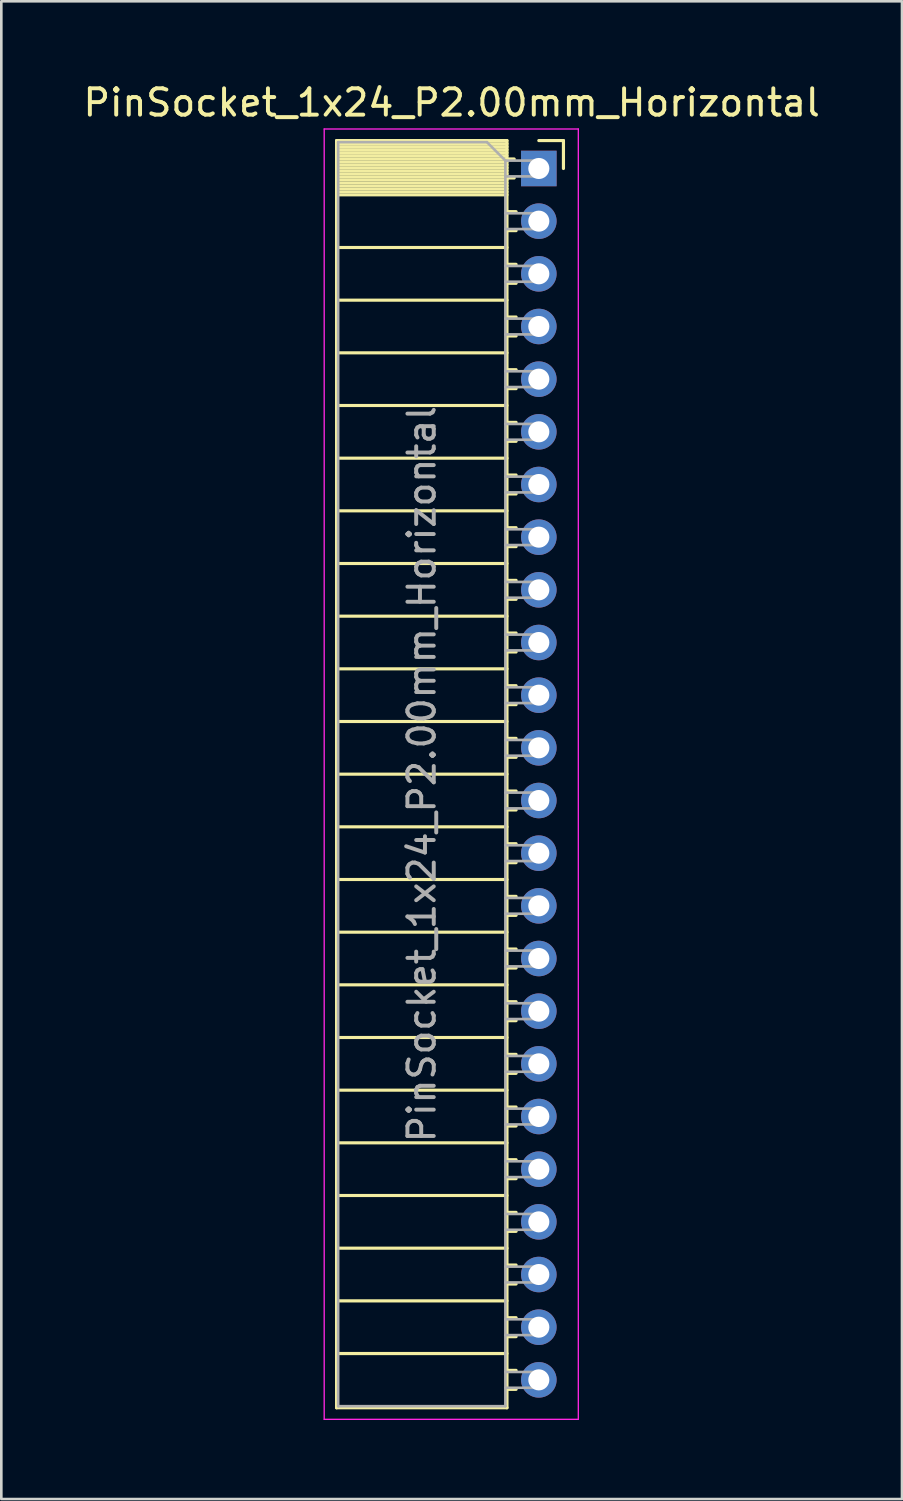
<source format=kicad_pcb>
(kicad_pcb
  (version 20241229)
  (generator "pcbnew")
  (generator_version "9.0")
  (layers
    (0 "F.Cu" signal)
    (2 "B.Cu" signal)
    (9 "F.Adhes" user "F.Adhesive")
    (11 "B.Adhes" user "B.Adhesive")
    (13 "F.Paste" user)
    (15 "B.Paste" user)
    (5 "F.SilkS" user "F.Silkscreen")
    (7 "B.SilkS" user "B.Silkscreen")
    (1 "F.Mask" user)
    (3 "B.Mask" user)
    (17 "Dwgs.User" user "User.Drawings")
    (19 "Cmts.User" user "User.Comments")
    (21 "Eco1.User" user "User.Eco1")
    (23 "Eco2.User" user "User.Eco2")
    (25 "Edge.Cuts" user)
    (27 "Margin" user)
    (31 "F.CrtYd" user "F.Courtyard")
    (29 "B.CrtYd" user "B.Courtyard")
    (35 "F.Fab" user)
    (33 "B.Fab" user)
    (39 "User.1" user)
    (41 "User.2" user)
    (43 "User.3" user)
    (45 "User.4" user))
  (footprint "PinSocket_1x24_P2.00mm_Horizontal"
    (layer "F.Cu")
    (at 17.411 3.348)
    (property "Reference" "PinSocket_1x24_P2.00mm_Horizontal" (at -3.31 -2.5 0) (layer "F.SilkS") (effects (font (size 1 1) (thickness 0.15))))
    (attr through_hole)
    (fp_line (start -7.68 -1.06) (end -7.68 47.06) (stroke (width 0.12) (type solid)) (layer "F.SilkS"))
    (fp_line (start -7.68 -1.06) (end -1.21 -1.06) (stroke (width 0.12) (type solid)) (layer "F.SilkS"))
    (fp_line (start -7.68 -0.94) (end -1.21 -0.94) (stroke (width 0.12) (type solid)) (layer "F.SilkS"))
    (fp_line (start -7.68 -0.826) (end -1.21 -0.826) (stroke (width 0.12) (type solid)) (layer "F.SilkS"))
    (fp_line (start -7.68 -0.712) (end -1.21 -0.712) (stroke (width 0.12) (type solid)) (layer "F.SilkS"))
    (fp_line (start -7.68 -0.598) (end -1.21 -0.598) (stroke (width 0.12) (type solid)) (layer "F.SilkS"))
    (fp_line (start -7.68 -0.484) (end -1.21 -0.484) (stroke (width 0.12) (type solid)) (layer "F.SilkS"))
    (fp_line (start -7.68 -0.369) (end -1.21 -0.369) (stroke (width 0.12) (type solid)) (layer "F.SilkS"))
    (fp_line (start -7.68 -0.255) (end -1.21 -0.255) (stroke (width 0.12) (type solid)) (layer "F.SilkS"))
    (fp_line (start -7.68 -0.141) (end -1.21 -0.141) (stroke (width 0.12) (type solid)) (layer "F.SilkS"))
    (fp_line (start -7.68 -0.027) (end -1.21 -0.027) (stroke (width 0.12) (type solid)) (layer "F.SilkS"))
    (fp_line (start -7.68 0.087) (end -1.21 0.087) (stroke (width 0.12) (type solid)) (layer "F.SilkS"))
    (fp_line (start -7.68 0.201) (end -1.21 0.201) (stroke (width 0.12) (type solid)) (layer "F.SilkS"))
    (fp_line (start -7.68 0.315) (end -1.21 0.315) (stroke (width 0.12) (type solid)) (layer "F.SilkS"))
    (fp_line (start -7.68 0.429) (end -1.21 0.429) (stroke (width 0.12) (type solid)) (layer "F.SilkS"))
    (fp_line (start -7.68 0.544) (end -1.21 0.544) (stroke (width 0.12) (type solid)) (layer "F.SilkS"))
    (fp_line (start -7.68 0.658) (end -1.21 0.658) (stroke (width 0.12) (type solid)) (layer "F.SilkS"))
    (fp_line (start -7.68 0.772) (end -1.21 0.772) (stroke (width 0.12) (type solid)) (layer "F.SilkS"))
    (fp_line (start -7.68 0.886) (end -1.21 0.886) (stroke (width 0.12) (type solid)) (layer "F.SilkS"))
    (fp_line (start -7.68 1) (end -1.21 1) (stroke (width 0.12) (type solid)) (layer "F.SilkS"))
    (fp_line (start -7.68 3) (end -1.21 3) (stroke (width 0.12) (type solid)) (layer "F.SilkS"))
    (fp_line (start -7.68 5) (end -1.21 5) (stroke (width 0.12) (type solid)) (layer "F.SilkS"))
    (fp_line (start -7.68 7) (end -1.21 7) (stroke (width 0.12) (type solid)) (layer "F.SilkS"))
    (fp_line (start -7.68 9) (end -1.21 9) (stroke (width 0.12) (type solid)) (layer "F.SilkS"))
    (fp_line (start -7.68 11) (end -1.21 11) (stroke (width 0.12) (type solid)) (layer "F.SilkS"))
    (fp_line (start -7.68 13) (end -1.21 13) (stroke (width 0.12) (type solid)) (layer "F.SilkS"))
    (fp_line (start -7.68 15) (end -1.21 15) (stroke (width 0.12) (type solid)) (layer "F.SilkS"))
    (fp_line (start -7.68 17) (end -1.21 17) (stroke (width 0.12) (type solid)) (layer "F.SilkS"))
    (fp_line (start -7.68 19) (end -1.21 19) (stroke (width 0.12) (type solid)) (layer "F.SilkS"))
    (fp_line (start -7.68 21) (end -1.21 21) (stroke (width 0.12) (type solid)) (layer "F.SilkS"))
    (fp_line (start -7.68 23) (end -1.21 23) (stroke (width 0.12) (type solid)) (layer "F.SilkS"))
    (fp_line (start -7.68 25) (end -1.21 25) (stroke (width 0.12) (type solid)) (layer "F.SilkS"))
    (fp_line (start -7.68 27) (end -1.21 27) (stroke (width 0.12) (type solid)) (layer "F.SilkS"))
    (fp_line (start -7.68 29) (end -1.21 29) (stroke (width 0.12) (type solid)) (layer "F.SilkS"))
    (fp_line (start -7.68 31) (end -1.21 31) (stroke (width 0.12) (type solid)) (layer "F.SilkS"))
    (fp_line (start -7.68 33) (end -1.21 33) (stroke (width 0.12) (type solid)) (layer "F.SilkS"))
    (fp_line (start -7.68 35) (end -1.21 35) (stroke (width 0.12) (type solid)) (layer "F.SilkS"))
    (fp_line (start -7.68 37) (end -1.21 37) (stroke (width 0.12) (type solid)) (layer "F.SilkS"))
    (fp_line (start -7.68 39) (end -1.21 39) (stroke (width 0.12) (type solid)) (layer "F.SilkS"))
    (fp_line (start -7.68 41) (end -1.21 41) (stroke (width 0.12) (type solid)) (layer "F.SilkS"))
    (fp_line (start -7.68 43) (end -1.21 43) (stroke (width 0.12) (type solid)) (layer "F.SilkS"))
    (fp_line (start -7.68 45) (end -1.21 45) (stroke (width 0.12) (type solid)) (layer "F.SilkS"))
    (fp_line (start -7.68 47.06) (end -1.21 47.06) (stroke (width 0.12) (type solid)) (layer "F.SilkS"))
    (fp_line (start -1.21 -1.06) (end -1.21 47.06) (stroke (width 0.12) (type solid)) (layer "F.SilkS"))
    (fp_line (start -1.21 -0.36) (end -0.935 -0.36) (stroke (width 0.12) (type solid)) (layer "F.SilkS"))
    (fp_line (start -1.21 0.36) (end -0.935 0.36) (stroke (width 0.12) (type solid)) (layer "F.SilkS"))
    (fp_line (start -1.21 1.64) (end -0.863 1.64) (stroke (width 0.12) (type solid)) (layer "F.SilkS"))
    (fp_line (start -1.21 2.36) (end -0.863 2.36) (stroke (width 0.12) (type solid)) (layer "F.SilkS"))
    (fp_line (start -1.21 3.64) (end -0.863 3.64) (stroke (width 0.12) (type solid)) (layer "F.SilkS"))
    (fp_line (start -1.21 4.36) (end -0.863 4.36) (stroke (width 0.12) (type solid)) (layer "F.SilkS"))
    (fp_line (start -1.21 5.64) (end -0.863 5.64) (stroke (width 0.12) (type solid)) (layer "F.SilkS"))
    (fp_line (start -1.21 6.36) (end -0.863 6.36) (stroke (width 0.12) (type solid)) (layer "F.SilkS"))
    (fp_line (start -1.21 7.64) (end -0.863 7.64) (stroke (width 0.12) (type solid)) (layer "F.SilkS"))
    (fp_line (start -1.21 8.36) (end -0.863 8.36) (stroke (width 0.12) (type solid)) (layer "F.SilkS"))
    (fp_line (start -1.21 9.64) (end -0.863 9.64) (stroke (width 0.12) (type solid)) (layer "F.SilkS"))
    (fp_line (start -1.21 10.36) (end -0.863 10.36) (stroke (width 0.12) (type solid)) (layer "F.SilkS"))
    (fp_line (start -1.21 11.64) (end -0.863 11.64) (stroke (width 0.12) (type solid)) (layer "F.SilkS"))
    (fp_line (start -1.21 12.36) (end -0.863 12.36) (stroke (width 0.12) (type solid)) (layer "F.SilkS"))
    (fp_line (start -1.21 13.64) (end -0.863 13.64) (stroke (width 0.12) (type solid)) (layer "F.SilkS"))
    (fp_line (start -1.21 14.36) (end -0.863 14.36) (stroke (width 0.12) (type solid)) (layer "F.SilkS"))
    (fp_line (start -1.21 15.64) (end -0.863 15.64) (stroke (width 0.12) (type solid)) (layer "F.SilkS"))
    (fp_line (start -1.21 16.36) (end -0.863 16.36) (stroke (width 0.12) (type solid)) (layer "F.SilkS"))
    (fp_line (start -1.21 17.64) (end -0.863 17.64) (stroke (width 0.12) (type solid)) (layer "F.SilkS"))
    (fp_line (start -1.21 18.36) (end -0.863 18.36) (stroke (width 0.12) (type solid)) (layer "F.SilkS"))
    (fp_line (start -1.21 19.64) (end -0.863 19.64) (stroke (width 0.12) (type solid)) (layer "F.SilkS"))
    (fp_line (start -1.21 20.36) (end -0.863 20.36) (stroke (width 0.12) (type solid)) (layer "F.SilkS"))
    (fp_line (start -1.21 21.64) (end -0.863 21.64) (stroke (width 0.12) (type solid)) (layer "F.SilkS"))
    (fp_line (start -1.21 22.36) (end -0.863 22.36) (stroke (width 0.12) (type solid)) (layer "F.SilkS"))
    (fp_line (start -1.21 23.64) (end -0.863 23.64) (stroke (width 0.12) (type solid)) (layer "F.SilkS"))
    (fp_line (start -1.21 24.36) (end -0.863 24.36) (stroke (width 0.12) (type solid)) (layer "F.SilkS"))
    (fp_line (start -1.21 25.64) (end -0.863 25.64) (stroke (width 0.12) (type solid)) (layer "F.SilkS"))
    (fp_line (start -1.21 26.36) (end -0.863 26.36) (stroke (width 0.12) (type solid)) (layer "F.SilkS"))
    (fp_line (start -1.21 27.64) (end -0.863 27.64) (stroke (width 0.12) (type solid)) (layer "F.SilkS"))
    (fp_line (start -1.21 28.36) (end -0.863 28.36) (stroke (width 0.12) (type solid)) (layer "F.SilkS"))
    (fp_line (start -1.21 29.64) (end -0.863 29.64) (stroke (width 0.12) (type solid)) (layer "F.SilkS"))
    (fp_line (start -1.21 30.36) (end -0.863 30.36) (stroke (width 0.12) (type solid)) (layer "F.SilkS"))
    (fp_line (start -1.21 31.64) (end -0.863 31.64) (stroke (width 0.12) (type solid)) (layer "F.SilkS"))
    (fp_line (start -1.21 32.36) (end -0.863 32.36) (stroke (width 0.12) (type solid)) (layer "F.SilkS"))
    (fp_line (start -1.21 33.64) (end -0.863 33.64) (stroke (width 0.12) (type solid)) (layer "F.SilkS"))
    (fp_line (start -1.21 34.36) (end -0.863 34.36) (stroke (width 0.12) (type solid)) (layer "F.SilkS"))
    (fp_line (start -1.21 35.64) (end -0.863 35.64) (stroke (width 0.12) (type solid)) (layer "F.SilkS"))
    (fp_line (start -1.21 36.36) (end -0.863 36.36) (stroke (width 0.12) (type solid)) (layer "F.SilkS"))
    (fp_line (start -1.21 37.64) (end -0.863 37.64) (stroke (width 0.12) (type solid)) (layer "F.SilkS"))
    (fp_line (start -1.21 38.36) (end -0.863 38.36) (stroke (width 0.12) (type solid)) (layer "F.SilkS"))
    (fp_line (start -1.21 39.64) (end -0.863 39.64) (stroke (width 0.12) (type solid)) (layer "F.SilkS"))
    (fp_line (start -1.21 40.36) (end -0.863 40.36) (stroke (width 0.12) (type solid)) (layer "F.SilkS"))
    (fp_line (start -1.21 41.64) (end -0.863 41.64) (stroke (width 0.12) (type solid)) (layer "F.SilkS"))
    (fp_line (start -1.21 42.36) (end -0.863 42.36) (stroke (width 0.12) (type solid)) (layer "F.SilkS"))
    (fp_line (start -1.21 43.64) (end -0.863 43.64) (stroke (width 0.12) (type solid)) (layer "F.SilkS"))
    (fp_line (start -1.21 44.36) (end -0.863 44.36) (stroke (width 0.12) (type solid)) (layer "F.SilkS"))
    (fp_line (start -1.21 45.64) (end -0.863 45.64) (stroke (width 0.12) (type solid)) (layer "F.SilkS"))
    (fp_line (start -1.21 46.36) (end -0.863 46.36) (stroke (width 0.12) (type solid)) (layer "F.SilkS"))
    (fp_line (start 0 -1.06) (end 0.935 -1.06) (stroke (width 0.12) (type solid)) (layer "F.SilkS"))
    (fp_line (start 0.935 -1.06) (end 0.935 0) (stroke (width 0.12) (type solid)) (layer "F.SilkS"))
    (fp_line (start -8.15 -1.5) (end -8.15 47.5) (stroke (width 0.05) (type solid)) (layer "F.CrtYd"))
    (fp_line (start -8.15 47.5) (end 1.5 47.5) (stroke (width 0.05) (type solid)) (layer "F.CrtYd"))
    (fp_line (start 1.5 -1.5) (end -8.15 -1.5) (stroke (width 0.05) (type solid)) (layer "F.CrtYd"))
    (fp_line (start 1.5 47.5) (end 1.5 -1.5) (stroke (width 0.05) (type solid)) (layer "F.CrtYd"))
    (fp_line (start -7.62 -1) (end -1.97 -1) (stroke (width 0.1) (type solid)) (layer "F.Fab"))
    (fp_line (start -7.62 47) (end -7.62 -1) (stroke (width 0.1) (type solid)) (layer "F.Fab"))
    (fp_line (start -1.97 -1) (end -1.27 -0.3) (stroke (width 0.1) (type solid)) (layer "F.Fab"))
    (fp_line (start -1.27 -0.3) (end -1.27 47) (stroke (width 0.1) (type solid)) (layer "F.Fab"))
    (fp_line (start -1.27 0.3) (end 0 0.3) (stroke (width 0.1) (type solid)) (layer "F.Fab"))
    (fp_line (start -1.27 2.3) (end 0 2.3) (stroke (width 0.1) (type solid)) (layer "F.Fab"))
    (fp_line (start -1.27 4.3) (end 0 4.3) (stroke (width 0.1) (type solid)) (layer "F.Fab"))
    (fp_line (start -1.27 6.3) (end 0 6.3) (stroke (width 0.1) (type solid)) (layer "F.Fab"))
    (fp_line (start -1.27 8.3) (end 0 8.3) (stroke (width 0.1) (type solid)) (layer "F.Fab"))
    (fp_line (start -1.27 10.3) (end 0 10.3) (stroke (width 0.1) (type solid)) (layer "F.Fab"))
    (fp_line (start -1.27 12.3) (end 0 12.3) (stroke (width 0.1) (type solid)) (layer "F.Fab"))
    (fp_line (start -1.27 14.3) (end 0 14.3) (stroke (width 0.1) (type solid)) (layer "F.Fab"))
    (fp_line (start -1.27 16.3) (end 0 16.3) (stroke (width 0.1) (type solid)) (layer "F.Fab"))
    (fp_line (start -1.27 18.3) (end 0 18.3) (stroke (width 0.1) (type solid)) (layer "F.Fab"))
    (fp_line (start -1.27 20.3) (end 0 20.3) (stroke (width 0.1) (type solid)) (layer "F.Fab"))
    (fp_line (start -1.27 22.3) (end 0 22.3) (stroke (width 0.1) (type solid)) (layer "F.Fab"))
    (fp_line (start -1.27 24.3) (end 0 24.3) (stroke (width 0.1) (type solid)) (layer "F.Fab"))
    (fp_line (start -1.27 26.3) (end 0 26.3) (stroke (width 0.1) (type solid)) (layer "F.Fab"))
    (fp_line (start -1.27 28.3) (end 0 28.3) (stroke (width 0.1) (type solid)) (layer "F.Fab"))
    (fp_line (start -1.27 30.3) (end 0 30.3) (stroke (width 0.1) (type solid)) (layer "F.Fab"))
    (fp_line (start -1.27 32.3) (end 0 32.3) (stroke (width 0.1) (type solid)) (layer "F.Fab"))
    (fp_line (start -1.27 34.3) (end 0 34.3) (stroke (width 0.1) (type solid)) (layer "F.Fab"))
    (fp_line (start -1.27 36.3) (end 0 36.3) (stroke (width 0.1) (type solid)) (layer "F.Fab"))
    (fp_line (start -1.27 38.3) (end 0 38.3) (stroke (width 0.1) (type solid)) (layer "F.Fab"))
    (fp_line (start -1.27 40.3) (end 0 40.3) (stroke (width 0.1) (type solid)) (layer "F.Fab"))
    (fp_line (start -1.27 42.3) (end 0 42.3) (stroke (width 0.1) (type solid)) (layer "F.Fab"))
    (fp_line (start -1.27 44.3) (end 0 44.3) (stroke (width 0.1) (type solid)) (layer "F.Fab"))
    (fp_line (start -1.27 46.3) (end 0 46.3) (stroke (width 0.1) (type solid)) (layer "F.Fab"))
    (fp_line (start -1.27 47) (end -7.62 47) (stroke (width 0.1) (type solid)) (layer "F.Fab"))
    (fp_line (start 0 -0.3) (end -1.27 -0.3) (stroke (width 0.1) (type solid)) (layer "F.Fab"))
    (fp_line (start 0 0.3) (end 0 -0.3) (stroke (width 0.1) (type solid)) (layer "F.Fab"))
    (fp_line (start 0 1.7) (end -1.27 1.7) (stroke (width 0.1) (type solid)) (layer "F.Fab"))
    (fp_line (start 0 2.3) (end 0 1.7) (stroke (width 0.1) (type solid)) (layer "F.Fab"))
    (fp_line (start 0 3.7) (end -1.27 3.7) (stroke (width 0.1) (type solid)) (layer "F.Fab"))
    (fp_line (start 0 4.3) (end 0 3.7) (stroke (width 0.1) (type solid)) (layer "F.Fab"))
    (fp_line (start 0 5.7) (end -1.27 5.7) (stroke (width 0.1) (type solid)) (layer "F.Fab"))
    (fp_line (start 0 6.3) (end 0 5.7) (stroke (width 0.1) (type solid)) (layer "F.Fab"))
    (fp_line (start 0 7.7) (end -1.27 7.7) (stroke (width 0.1) (type solid)) (layer "F.Fab"))
    (fp_line (start 0 8.3) (end 0 7.7) (stroke (width 0.1) (type solid)) (layer "F.Fab"))
    (fp_line (start 0 9.7) (end -1.27 9.7) (stroke (width 0.1) (type solid)) (layer "F.Fab"))
    (fp_line (start 0 10.3) (end 0 9.7) (stroke (width 0.1) (type solid)) (layer "F.Fab"))
    (fp_line (start 0 11.7) (end -1.27 11.7) (stroke (width 0.1) (type solid)) (layer "F.Fab"))
    (fp_line (start 0 12.3) (end 0 11.7) (stroke (width 0.1) (type solid)) (layer "F.Fab"))
    (fp_line (start 0 13.7) (end -1.27 13.7) (stroke (width 0.1) (type solid)) (layer "F.Fab"))
    (fp_line (start 0 14.3) (end 0 13.7) (stroke (width 0.1) (type solid)) (layer "F.Fab"))
    (fp_line (start 0 15.7) (end -1.27 15.7) (stroke (width 0.1) (type solid)) (layer "F.Fab"))
    (fp_line (start 0 16.3) (end 0 15.7) (stroke (width 0.1) (type solid)) (layer "F.Fab"))
    (fp_line (start 0 17.7) (end -1.27 17.7) (stroke (width 0.1) (type solid)) (layer "F.Fab"))
    (fp_line (start 0 18.3) (end 0 17.7) (stroke (width 0.1) (type solid)) (layer "F.Fab"))
    (fp_line (start 0 19.7) (end -1.27 19.7) (stroke (width 0.1) (type solid)) (layer "F.Fab"))
    (fp_line (start 0 20.3) (end 0 19.7) (stroke (width 0.1) (type solid)) (layer "F.Fab"))
    (fp_line (start 0 21.7) (end -1.27 21.7) (stroke (width 0.1) (type solid)) (layer "F.Fab"))
    (fp_line (start 0 22.3) (end 0 21.7) (stroke (width 0.1) (type solid)) (layer "F.Fab"))
    (fp_line (start 0 23.7) (end -1.27 23.7) (stroke (width 0.1) (type solid)) (layer "F.Fab"))
    (fp_line (start 0 24.3) (end 0 23.7) (stroke (width 0.1) (type solid)) (layer "F.Fab"))
    (fp_line (start 0 25.7) (end -1.27 25.7) (stroke (width 0.1) (type solid)) (layer "F.Fab"))
    (fp_line (start 0 26.3) (end 0 25.7) (stroke (width 0.1) (type solid)) (layer "F.Fab"))
    (fp_line (start 0 27.7) (end -1.27 27.7) (stroke (width 0.1) (type solid)) (layer "F.Fab"))
    (fp_line (start 0 28.3) (end 0 27.7) (stroke (width 0.1) (type solid)) (layer "F.Fab"))
    (fp_line (start 0 29.7) (end -1.27 29.7) (stroke (width 0.1) (type solid)) (layer "F.Fab"))
    (fp_line (start 0 30.3) (end 0 29.7) (stroke (width 0.1) (type solid)) (layer "F.Fab"))
    (fp_line (start 0 31.7) (end -1.27 31.7) (stroke (width 0.1) (type solid)) (layer "F.Fab"))
    (fp_line (start 0 32.3) (end 0 31.7) (stroke (width 0.1) (type solid)) (layer "F.Fab"))
    (fp_line (start 0 33.7) (end -1.27 33.7) (stroke (width 0.1) (type solid)) (layer "F.Fab"))
    (fp_line (start 0 34.3) (end 0 33.7) (stroke (width 0.1) (type solid)) (layer "F.Fab"))
    (fp_line (start 0 35.7) (end -1.27 35.7) (stroke (width 0.1) (type solid)) (layer "F.Fab"))
    (fp_line (start 0 36.3) (end 0 35.7) (stroke (width 0.1) (type solid)) (layer "F.Fab"))
    (fp_line (start 0 37.7) (end -1.27 37.7) (stroke (width 0.1) (type solid)) (layer "F.Fab"))
    (fp_line (start 0 38.3) (end 0 37.7) (stroke (width 0.1) (type solid)) (layer "F.Fab"))
    (fp_line (start 0 39.7) (end -1.27 39.7) (stroke (width 0.1) (type solid)) (layer "F.Fab"))
    (fp_line (start 0 40.3) (end 0 39.7) (stroke (width 0.1) (type solid)) (layer "F.Fab"))
    (fp_line (start 0 41.7) (end -1.27 41.7) (stroke (width 0.1) (type solid)) (layer "F.Fab"))
    (fp_line (start 0 42.3) (end 0 41.7) (stroke (width 0.1) (type solid)) (layer "F.Fab"))
    (fp_line (start 0 43.7) (end -1.27 43.7) (stroke (width 0.1) (type solid)) (layer "F.Fab"))
    (fp_line (start 0 44.3) (end 0 43.7) (stroke (width 0.1) (type solid)) (layer "F.Fab"))
    (fp_line (start 0 45.7) (end -1.27 45.7) (stroke (width 0.1) (type solid)) (layer "F.Fab"))
    (fp_line (start 0 46.3) (end 0 45.7) (stroke (width 0.1) (type solid)) (layer "F.Fab"))
    (fp_text user "${REFERENCE}" (at -4.445 23 90) (layer "F.Fab") (effects (font (size 1 1) (thickness 0.15))))
    (pad "1" thru_hole rect (at 0 0) (size 1.35 1.35) (drill 0.8) (layers "*.Cu" "*.Mask"))
    (pad "2" thru_hole oval (at 0 2) (size 1.35 1.35) (drill 0.8) (layers "*.Cu" "*.Mask"))
    (pad "3" thru_hole oval (at 0 4) (size 1.35 1.35) (drill 0.8) (layers "*.Cu" "*.Mask"))
    (pad "4" thru_hole oval (at 0 6) (size 1.35 1.35) (drill 0.8) (layers "*.Cu" "*.Mask"))
    (pad "5" thru_hole oval (at 0 8) (size 1.35 1.35) (drill 0.8) (layers "*.Cu" "*.Mask"))
    (pad "6" thru_hole oval (at 0 10) (size 1.35 1.35) (drill 0.8) (layers "*.Cu" "*.Mask"))
    (pad "7" thru_hole oval (at 0 12) (size 1.35 1.35) (drill 0.8) (layers "*.Cu" "*.Mask"))
    (pad "8" thru_hole oval (at 0 14) (size 1.35 1.35) (drill 0.8) (layers "*.Cu" "*.Mask"))
    (pad "9" thru_hole oval (at 0 16) (size 1.35 1.35) (drill 0.8) (layers "*.Cu" "*.Mask"))
    (pad "10" thru_hole oval (at 0 18) (size 1.35 1.35) (drill 0.8) (layers "*.Cu" "*.Mask"))
    (pad "11" thru_hole oval (at 0 20) (size 1.35 1.35) (drill 0.8) (layers "*.Cu" "*.Mask"))
    (pad "12" thru_hole oval (at 0 22) (size 1.35 1.35) (drill 0.8) (layers "*.Cu" "*.Mask"))
    (pad "13" thru_hole oval (at 0 24) (size 1.35 1.35) (drill 0.8) (layers "*.Cu" "*.Mask"))
    (pad "14" thru_hole oval (at 0 26) (size 1.35 1.35) (drill 0.8) (layers "*.Cu" "*.Mask"))
    (pad "15" thru_hole oval (at 0 28) (size 1.35 1.35) (drill 0.8) (layers "*.Cu" "*.Mask"))
    (pad "16" thru_hole oval (at 0 30) (size 1.35 1.35) (drill 0.8) (layers "*.Cu" "*.Mask"))
    (pad "17" thru_hole oval (at 0 32) (size 1.35 1.35) (drill 0.8) (layers "*.Cu" "*.Mask"))
    (pad "18" thru_hole oval (at 0 34) (size 1.35 1.35) (drill 0.8) (layers "*.Cu" "*.Mask"))
    (pad "19" thru_hole oval (at 0 36) (size 1.35 1.35) (drill 0.8) (layers "*.Cu" "*.Mask"))
    (pad "20" thru_hole oval (at 0 38) (size 1.35 1.35) (drill 0.8) (layers "*.Cu" "*.Mask"))
    (pad "21" thru_hole oval (at 0 40) (size 1.35 1.35) (drill 0.8) (layers "*.Cu" "*.Mask"))
    (pad "22" thru_hole oval (at 0 42) (size 1.35 1.35) (drill 0.8) (layers "*.Cu" "*.Mask"))
    (pad "23" thru_hole oval (at 0 44) (size 1.35 1.35) (drill 0.8) (layers "*.Cu" "*.Mask"))
    (pad "24" thru_hole oval (at 0 46) (size 1.35 1.35) (drill 0.8) (layers "*.Cu" "*.Mask")))
  (gr_rect
    (start -3 -3)
    (end 31.202 53.873)
    (stroke (width 0.1) (type default))
    (fill no)
    (layer "Edge.Cuts")))
</source>
